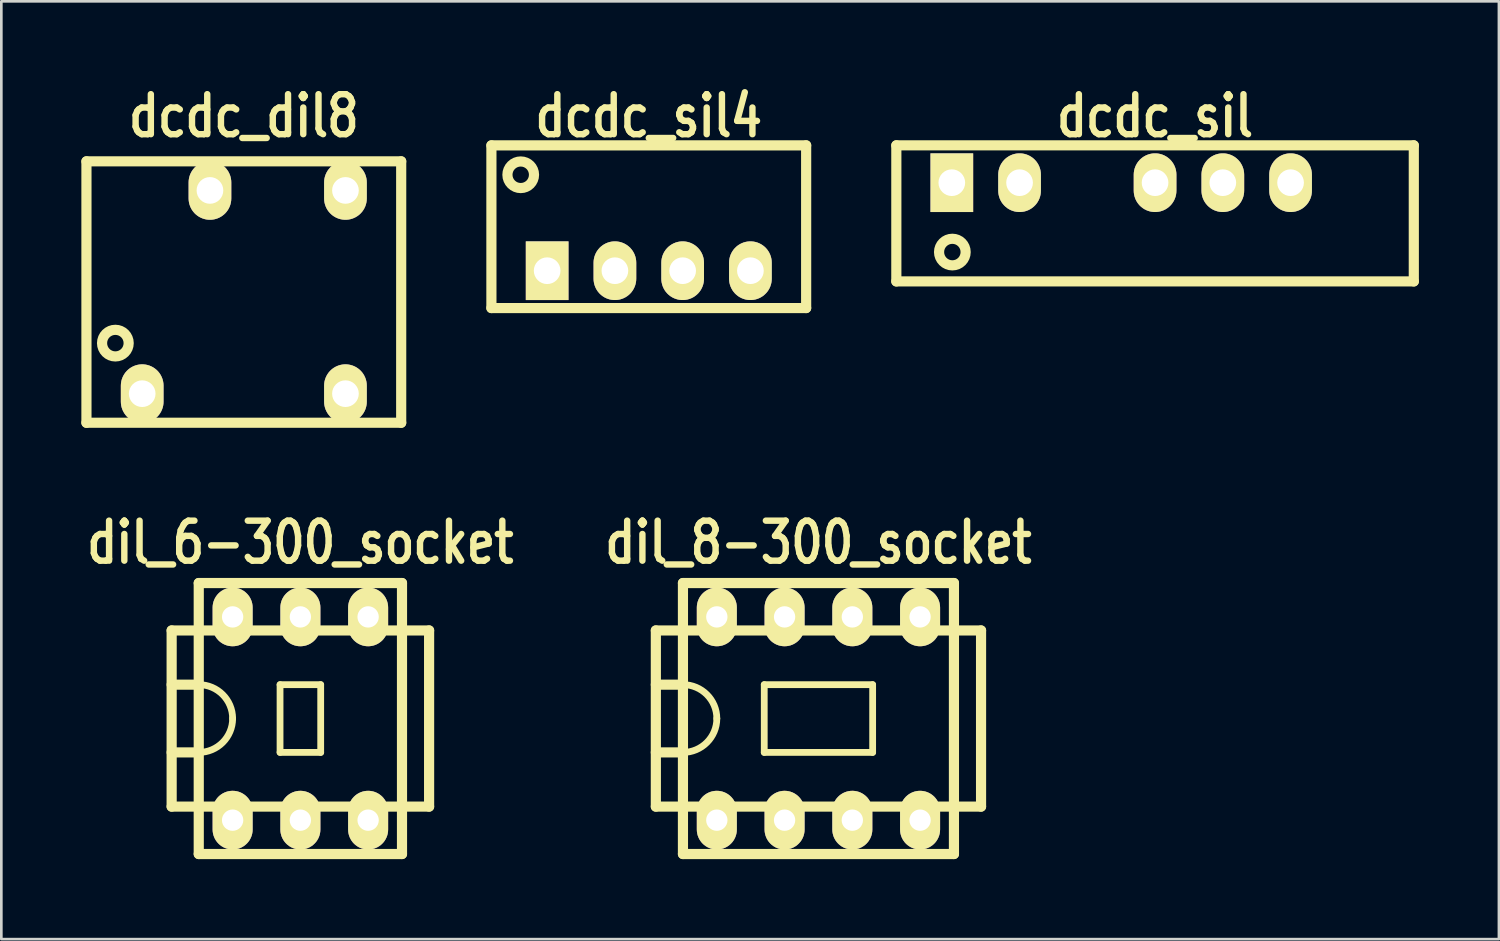
<source format=kicad_pcb>
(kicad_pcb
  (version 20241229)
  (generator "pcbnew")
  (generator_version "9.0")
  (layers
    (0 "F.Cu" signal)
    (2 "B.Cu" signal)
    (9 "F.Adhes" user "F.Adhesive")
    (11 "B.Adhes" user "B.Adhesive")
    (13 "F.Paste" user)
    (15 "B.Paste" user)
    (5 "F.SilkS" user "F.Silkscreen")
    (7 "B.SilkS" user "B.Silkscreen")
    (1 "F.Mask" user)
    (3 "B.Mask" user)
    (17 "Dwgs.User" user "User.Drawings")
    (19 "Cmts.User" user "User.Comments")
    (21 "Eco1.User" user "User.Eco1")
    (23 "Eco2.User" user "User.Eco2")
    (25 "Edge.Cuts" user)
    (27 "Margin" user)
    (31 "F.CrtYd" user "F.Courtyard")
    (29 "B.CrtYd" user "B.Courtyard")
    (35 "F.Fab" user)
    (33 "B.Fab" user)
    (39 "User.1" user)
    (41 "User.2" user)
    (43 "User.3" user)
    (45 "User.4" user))
  (footprint "dcdc_sil4"
    (layer "F.Cu")
    (at 21.273 7.099)
    (property "Reference" "dcdc_sil4" (at 0 -5.8 0) (layer "F.SilkS") (effects (font (size 1.5 1.2) (thickness 0.24))))
    (attr through_hole)
    (fp_line (start -5.9 -4.699) (end -5.9 1.4) (stroke (width 0.381) (type solid)) (layer "F.SilkS"))
    (fp_line (start -5.9 -4.699) (end 5.9 -4.699) (stroke (width 0.381) (type solid)) (layer "F.SilkS"))
    (fp_line (start 5.9 1.4) (end -5.9 1.4) (stroke (width 0.381) (type solid)) (layer "F.SilkS"))
    (fp_line (start 5.9 1.4) (end 5.9 -4.699) (stroke (width 0.381) (type solid)) (layer "F.SilkS"))
    (fp_circle (center -4.801 -3.597) (end -5.1 -3.198) (stroke (width 0.381) (type solid)) (fill no) (layer "F.SilkS"))
    (pad "1" thru_hole rect (at -3.81 0) (size 1.6 2.2) (drill 1) (layers "*.Cu" "*.Mask" "F.SilkS"))
    (pad "2" thru_hole oval (at -1.27 0) (size 1.6 2.2) (drill 1) (layers "*.Cu" "*.Mask" "F.SilkS"))
    (pad "3" thru_hole oval (at 1.27 0) (size 1.6 2.2) (drill 1) (layers "*.Cu" "*.Mask" "F.SilkS"))
    (pad "4" thru_hole oval (at 3.81 0) (size 1.6 2.2) (drill 1) (layers "*.Cu" "*.Mask" "F.SilkS")))
  (footprint "dil_6-300_socket"
    (layer "F.Cu")
    (at 8.211 23.888)
    (property "Reference" "dil_6-300_socket" (at 0 -6.6 0) (layer "F.SilkS") (effects (font (size 1.5 1.2) (thickness 0.24))))
    (attr through_hole)
    (fp_line (start -4.826 -3.302) (end 4.826 -3.302) (stroke (width 0.381) (type solid)) (layer "F.SilkS"))
    (fp_line (start -4.826 3.302) (end -4.826 -3.302) (stroke (width 0.381) (type solid)) (layer "F.SilkS"))
    (fp_line (start -3.81 -5.08) (end 3.81 -5.08) (stroke (width 0.381) (type solid)) (layer "F.SilkS"))
    (fp_line (start -3.81 -1.27) (end -4.826 -1.27) (stroke (width 0.381) (type solid)) (layer "F.SilkS"))
    (fp_line (start -3.81 1.27) (end -4.826 1.27) (stroke (width 0.381) (type solid)) (layer "F.SilkS"))
    (fp_line (start -3.81 5.08) (end -3.81 -5.08) (stroke (width 0.381) (type solid)) (layer "F.SilkS"))
    (fp_line (start -0.762 -1.27) (end -0.762 1.27) (stroke (width 0.254) (type solid)) (layer "F.SilkS"))
    (fp_line (start -0.762 1.27) (end 0.762 1.27) (stroke (width 0.254) (type solid)) (layer "F.SilkS"))
    (fp_line (start 0.762 -1.27) (end -0.762 -1.27) (stroke (width 0.254) (type solid)) (layer "F.SilkS"))
    (fp_line (start 0.762 1.27) (end 0.762 -1.27) (stroke (width 0.254) (type solid)) (layer "F.SilkS"))
    (fp_line (start 3.81 -5.08) (end 3.81 5.08) (stroke (width 0.381) (type solid)) (layer "F.SilkS"))
    (fp_line (start 3.81 5.08) (end -3.81 5.08) (stroke (width 0.381) (type solid)) (layer "F.SilkS"))
    (fp_line (start 4.826 -3.302) (end 4.826 3.302) (stroke (width 0.381) (type solid)) (layer "F.SilkS"))
    (fp_line (start 4.826 3.302) (end -4.826 3.302) (stroke (width 0.381) (type solid)) (layer "F.SilkS"))
    (fp_arc (start -3.81 -1.27) (mid -2.911974 -0.898026) (end -2.54 0) (stroke (width 0.254) (type solid)) (layer "F.SilkS"))
    (fp_arc (start -2.54 0) (mid -2.911974 0.898026) (end -3.81 1.27) (stroke (width 0.254) (type solid)) (layer "F.SilkS"))
    (pad "1" thru_hole oval (at -2.54 3.81) (size 1.5 2.2) (drill 0.8) (layers "*.Cu" "*.Mask" "F.SilkS"))
    (pad "2" thru_hole oval (at 0 3.81) (size 1.5 2.2) (drill 0.8) (layers "*.Cu" "*.Mask" "F.SilkS"))
    (pad "3" thru_hole oval (at 2.54 3.81) (size 1.5 2.2) (drill 0.8) (layers "*.Cu" "*.Mask" "F.SilkS"))
    (pad "4" thru_hole oval (at 2.54 -3.81) (size 1.5 2.2) (drill 0.8) (layers "*.Cu" "*.Mask" "F.SilkS"))
    (pad "5" thru_hole oval (at 0 -3.81) (size 1.5 2.2) (drill 0.8) (layers "*.Cu" "*.Mask" "F.SilkS"))
    (pad "6" thru_hole oval (at -2.54 -3.81) (size 1.5 2.2) (drill 0.8) (layers "*.Cu" "*.Mask" "F.SilkS")))
  (footprint "dil_8-300_socket"
    (layer "F.Cu")
    (at 27.634 23.888)
    (property "Reference" "dil_8-300_socket" (at 0 -6.6 0) (layer "F.SilkS") (effects (font (size 1.5 1.2) (thickness 0.24))))
    (attr through_hole)
    (fp_line (start -6.096 -3.302) (end 6.096 -3.302) (stroke (width 0.381) (type solid)) (layer "F.SilkS"))
    (fp_line (start -6.096 3.302) (end -6.096 -3.302) (stroke (width 0.381) (type solid)) (layer "F.SilkS"))
    (fp_line (start -6.096 3.302) (end 6.096 3.302) (stroke (width 0.381) (type solid)) (layer "F.SilkS"))
    (fp_line (start -5.08 -1.27) (end -6.096 -1.27) (stroke (width 0.381) (type solid)) (layer "F.SilkS"))
    (fp_line (start -5.08 1.27) (end -6.096 1.27) (stroke (width 0.381) (type solid)) (layer "F.SilkS"))
    (fp_line (start -5.08 5.08) (end -5.08 -5.08) (stroke (width 0.381) (type solid)) (layer "F.SilkS"))
    (fp_line (start -2.032 -1.27) (end -2.032 1.27) (stroke (width 0.254) (type solid)) (layer "F.SilkS"))
    (fp_line (start -2.032 -1.27) (end 2.032 -1.27) (stroke (width 0.254) (type solid)) (layer "F.SilkS"))
    (fp_line (start 2.032 1.27) (end -2.032 1.27) (stroke (width 0.254) (type solid)) (layer "F.SilkS"))
    (fp_line (start 2.032 1.27) (end 2.032 -1.27) (stroke (width 0.254) (type solid)) (layer "F.SilkS"))
    (fp_line (start 5.08 -5.08) (end -5.08 -5.08) (stroke (width 0.381) (type solid)) (layer "F.SilkS"))
    (fp_line (start 5.08 -5.08) (end 5.08 5.08) (stroke (width 0.381) (type solid)) (layer "F.SilkS"))
    (fp_line (start 5.08 5.08) (end -5.08 5.08) (stroke (width 0.381) (type solid)) (layer "F.SilkS"))
    (fp_line (start 6.096 -3.302) (end 6.096 3.302) (stroke (width 0.381) (type solid)) (layer "F.SilkS"))
    (fp_arc (start -5.08 -1.27) (mid -4.181974 -0.898026) (end -3.81 0) (stroke (width 0.254) (type solid)) (layer "F.SilkS"))
    (fp_arc (start -3.81 0) (mid -4.181974 0.898026) (end -5.08 1.27) (stroke (width 0.254) (type solid)) (layer "F.SilkS"))
    (pad "1" thru_hole oval (at -3.81 3.81) (size 1.5 2.2) (drill 0.8) (layers "*.Cu" "*.Mask" "F.SilkS"))
    (pad "2" thru_hole oval (at -1.27 3.81) (size 1.5 2.2) (drill 0.8) (layers "*.Cu" "*.Mask" "F.SilkS"))
    (pad "3" thru_hole oval (at 1.27 3.81) (size 1.5 2.2) (drill 0.8) (layers "*.Cu" "*.Mask" "F.SilkS"))
    (pad "4" thru_hole oval (at 3.81 3.81) (size 1.5 2.2) (drill 0.8) (layers "*.Cu" "*.Mask" "F.SilkS"))
    (pad "5" thru_hole oval (at 3.81 -3.81) (size 1.5 2.2) (drill 0.8) (layers "*.Cu" "*.Mask" "F.SilkS"))
    (pad "6" thru_hole oval (at 1.27 -3.81) (size 1.5 2.2) (drill 0.8) (layers "*.Cu" "*.Mask" "F.SilkS"))
    (pad "7" thru_hole oval (at -1.27 -3.81) (size 1.5 2.2) (drill 0.8) (layers "*.Cu" "*.Mask" "F.SilkS"))
    (pad "8" thru_hole oval (at -3.81 -3.81) (size 1.5 2.2) (drill 0.8) (layers "*.Cu" "*.Mask" "F.SilkS")))
  (footprint "dcdc_dil8"
    (layer "F.Cu")
    (at 6.091 7.899)
    (property "Reference" "dcdc_dil8" (at 0 -6.6 0) (layer "F.SilkS") (effects (font (size 1.5 1.2) (thickness 0.24))))
    (attr through_hole)
    (fp_line (start -5.9 -4.9) (end 5.9 -4.9) (stroke (width 0.381) (type solid)) (layer "F.SilkS"))
    (fp_line (start -5.9 4.9) (end -5.9 -4.9) (stroke (width 0.381) (type solid)) (layer "F.SilkS"))
    (fp_line (start 5.9 -4.9) (end 5.9 4.9) (stroke (width 0.381) (type solid)) (layer "F.SilkS"))
    (fp_line (start 5.9 4.9) (end -5.9 4.9) (stroke (width 0.381) (type solid)) (layer "F.SilkS"))
    (fp_circle (center -4.816 1.915) (end -5.116 2.314) (stroke (width 0.381) (type solid)) (fill no) (layer "F.SilkS"))
    (pad "1" thru_hole oval (at -3.81 3.81) (size 1.6 2.2) (drill 1) (layers "*.Cu" "*.Mask" "F.SilkS"))
    (pad "4" thru_hole oval (at 3.81 3.81) (size 1.6 2.2) (drill 1) (layers "*.Cu" "*.Mask" "F.SilkS"))
    (pad "5" thru_hole oval (at 3.81 -3.81) (size 1.6 2.2) (drill 1) (layers "*.Cu" "*.Mask" "F.SilkS"))
    (pad "7" thru_hole oval (at -1.27 -3.81) (size 1.6 2.2) (drill 1) (layers "*.Cu" "*.Mask" "F.SilkS")))
  (footprint "dcdc_sil"
    (layer "F.Cu")
    (at 40.254 3.799)
    (property "Reference" "dcdc_sil" (at 0 -2.5 0) (layer "F.SilkS") (effects (font (size 1.5 1.2) (thickness 0.24))))
    (attr through_hole)
    (fp_line (start -9.7 -1.4) (end 9.7 -1.4) (stroke (width 0.381) (type solid)) (layer "F.SilkS"))
    (fp_line (start -9.7 3.701) (end -9.7 -1.4) (stroke (width 0.381) (type solid)) (layer "F.SilkS"))
    (fp_line (start 9.7 -1.4) (end 9.7 3.701) (stroke (width 0.381) (type solid)) (layer "F.SilkS"))
    (fp_line (start 9.7 3.701) (end -9.7 3.701) (stroke (width 0.381) (type solid)) (layer "F.SilkS"))
    (fp_circle (center -7.6 2.601) (end -7.899 3) (stroke (width 0.381) (type solid)) (fill no) (layer "F.SilkS"))
    (pad "1" thru_hole rect (at -7.62 0) (size 1.6 2.2) (drill 1) (layers "*.Cu" "*.Mask" "F.SilkS"))
    (pad "2" thru_hole oval (at -5.08 0) (size 1.6 2.2) (drill 1) (layers "*.Cu" "*.Mask" "F.SilkS"))
    (pad "4" thru_hole oval (at 0 0) (size 1.6 2.2) (drill 1) (layers "*.Cu" "*.Mask" "F.SilkS"))
    (pad "5" thru_hole oval (at 2.54 0) (size 1.6 2.2) (drill 1) (layers "*.Cu" "*.Mask" "F.SilkS"))
    (pad "6" thru_hole oval (at 5.08 0) (size 1.6 2.2) (drill 1) (layers "*.Cu" "*.Mask" "F.SilkS")))
  (gr_rect
    (start -3 -3)
    (end 53.145 32.158)
    (stroke (width 0.1) (type default))
    (fill no)
    (layer "Edge.Cuts")))
</source>
